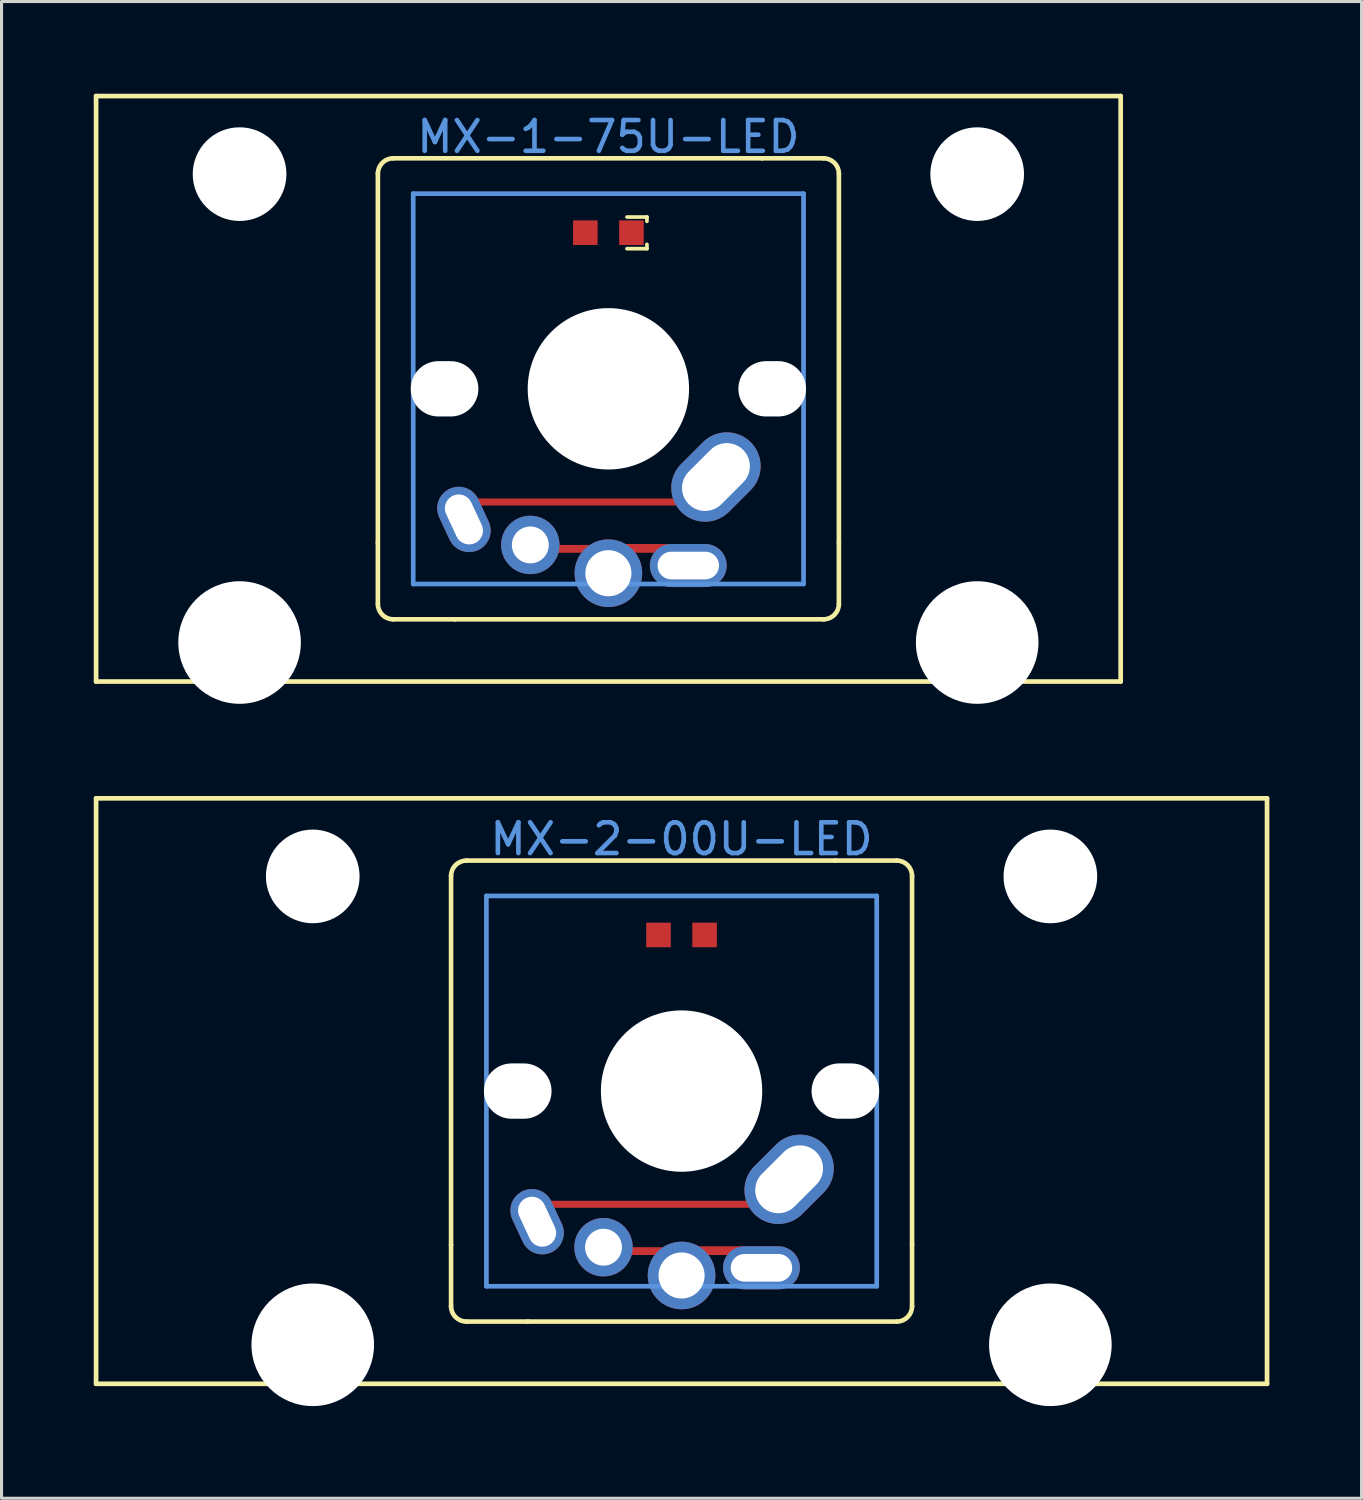
<source format=kicad_pcb>
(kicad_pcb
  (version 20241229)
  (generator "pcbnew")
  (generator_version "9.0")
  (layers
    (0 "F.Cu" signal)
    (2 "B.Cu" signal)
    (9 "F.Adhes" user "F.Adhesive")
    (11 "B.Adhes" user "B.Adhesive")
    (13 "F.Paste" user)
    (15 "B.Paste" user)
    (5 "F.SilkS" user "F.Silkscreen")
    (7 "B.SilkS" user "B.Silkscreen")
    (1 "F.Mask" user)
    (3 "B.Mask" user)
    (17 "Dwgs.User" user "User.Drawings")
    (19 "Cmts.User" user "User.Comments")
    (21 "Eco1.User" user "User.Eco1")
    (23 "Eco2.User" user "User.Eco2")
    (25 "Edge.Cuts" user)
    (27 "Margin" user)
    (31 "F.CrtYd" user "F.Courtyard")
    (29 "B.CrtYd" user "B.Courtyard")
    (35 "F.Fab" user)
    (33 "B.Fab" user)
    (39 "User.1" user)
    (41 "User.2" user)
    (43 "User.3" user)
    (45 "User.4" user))
  (footprint "MX-1-75U-LED"
    (layer "F.Cu")
    (at 16.745 9.601)
    (property "Reference" "MX-1-75U-LED" (at 0 -8.2 0) (layer "Cmts.User") (effects (font (size 1 1) (thickness 0.15))))
    (attr through_hole)
    (fp_line (start -16.669 -9.525) (end 16.669 -9.525) (stroke (width 0.152) (type solid)) (layer "F.SilkS"))
    (fp_line (start -16.669 9.525) (end -16.669 -9.525) (stroke (width 0.152) (type solid)) (layer "F.SilkS"))
    (fp_line (start -7.5 -7) (end -7.5 5) (stroke (width 0.15) (type solid)) (layer "F.SilkS"))
    (fp_line (start -7.5 7) (end -7.5 5) (stroke (width 0.15) (type solid)) (layer "F.SilkS"))
    (fp_line (start -7 -7.5) (end 5 -7.5) (stroke (width 0.15) (type solid)) (layer "F.SilkS"))
    (fp_line (start -7 7.5) (end -5 7.5) (stroke (width 0.15) (type solid)) (layer "F.SilkS"))
    (fp_line (start 0.605 -5.59) (end 1.255 -5.59) (stroke (width 0.12) (type solid)) (layer "F.SilkS"))
    (fp_line (start 0.605 -4.56) (end 1.255 -4.56) (stroke (width 0.12) (type solid)) (layer "F.SilkS"))
    (fp_line (start 1.255 -5.59) (end 1.255 -5.45) (stroke (width 0.12) (type solid)) (layer "F.SilkS"))
    (fp_line (start 1.255 -4.56) (end 1.255 -4.7) (stroke (width 0.12) (type solid)) (layer "F.SilkS"))
    (fp_line (start 7 -7.5) (end 5 -7.5) (stroke (width 0.15) (type solid)) (layer "F.SilkS"))
    (fp_line (start 7 7.5) (end -5 7.5) (stroke (width 0.15) (type solid)) (layer "F.SilkS"))
    (fp_line (start 7.5 -7) (end 7.5 5) (stroke (width 0.15) (type solid)) (layer "F.SilkS"))
    (fp_line (start 7.5 7) (end 7.5 5) (stroke (width 0.15) (type solid)) (layer "F.SilkS"))
    (fp_line (start 16.669 -9.525) (end 16.669 9.525) (stroke (width 0.152) (type solid)) (layer "F.SilkS"))
    (fp_line (start 16.669 9.525) (end -16.669 9.525) (stroke (width 0.152) (type solid)) (layer "F.SilkS"))
    (fp_arc (start -7.5 -7) (mid -7.353553 -7.353553) (end -7 -7.5) (stroke (width 0.15) (type solid)) (layer "F.SilkS"))
    (fp_arc (start -7 7.5) (mid -7.353553 7.353553) (end -7.5 7) (stroke (width 0.15) (type solid)) (layer "F.SilkS"))
    (fp_arc (start 7 -7.5) (mid 7.353553 -7.353553) (end 7.5 -7) (stroke (width 0.15) (type solid)) (layer "F.SilkS"))
    (fp_arc (start 7.5 7) (mid 7.353553 7.353553) (end 7 7.5) (stroke (width 0.15) (type solid)) (layer "F.SilkS"))
    (fp_line (start -6.35 -6.35) (end 6.35 -6.35) (stroke (width 0.152) (type solid)) (layer "Cmts.User"))
    (fp_line (start -6.35 6.35) (end -6.35 -6.35) (stroke (width 0.152) (type solid)) (layer "Cmts.User"))
    (fp_line (start 6.35 -6.35) (end 6.35 6.35) (stroke (width 0.152) (type solid)) (layer "Cmts.User"))
    (fp_line (start 6.35 6.35) (end -6.35 6.35) (stroke (width 0.152) (type solid)) (layer "Cmts.User"))
    (fp_line (start -7.798 -6.005) (end -6.985 -6.005) (stroke (width 0.152) (type solid)) (layer "Eco2.User"))
    (fp_line (start -7.798 -2.504) (end -7.798 -6.005) (stroke (width 0.152) (type solid)) (layer "Eco2.User"))
    (fp_line (start -7.798 2.504) (end -6.985 2.504) (stroke (width 0.152) (type solid)) (layer "Eco2.User"))
    (fp_line (start -7.798 6.005) (end -7.798 2.504) (stroke (width 0.152) (type solid)) (layer "Eco2.User"))
    (fp_line (start -6.985 -6.985) (end 6.985 -6.985) (stroke (width 0.152) (type solid)) (layer "Eco2.User"))
    (fp_line (start -6.985 -6.005) (end -6.985 -6.985) (stroke (width 0.152) (type solid)) (layer "Eco2.User"))
    (fp_line (start -6.985 -2.504) (end -7.798 -2.504) (stroke (width 0.152) (type solid)) (layer "Eco2.User"))
    (fp_line (start -6.985 2.504) (end -6.985 -2.504) (stroke (width 0.152) (type solid)) (layer "Eco2.User"))
    (fp_line (start -6.985 6.005) (end -7.798 6.005) (stroke (width 0.152) (type solid)) (layer "Eco2.User"))
    (fp_line (start -6.985 6.985) (end -6.985 6.005) (stroke (width 0.152) (type solid)) (layer "Eco2.User"))
    (fp_line (start 6.985 -6.985) (end 6.985 -6.005) (stroke (width 0.152) (type solid)) (layer "Eco2.User"))
    (fp_line (start 6.985 -6.005) (end 7.798 -6.005) (stroke (width 0.152) (type solid)) (layer "Eco2.User"))
    (fp_line (start 6.985 -2.504) (end 6.985 2.504) (stroke (width 0.152) (type solid)) (layer "Eco2.User"))
    (fp_line (start 6.985 2.504) (end 7.798 2.504) (stroke (width 0.152) (type solid)) (layer "Eco2.User"))
    (fp_line (start 6.985 6.005) (end 6.985 6.985) (stroke (width 0.152) (type solid)) (layer "Eco2.User"))
    (fp_line (start 6.985 6.985) (end -6.985 6.985) (stroke (width 0.152) (type solid)) (layer "Eco2.User"))
    (fp_line (start 7.798 -6.005) (end 7.798 -2.504) (stroke (width 0.152) (type solid)) (layer "Eco2.User"))
    (fp_line (start 7.798 -2.504) (end 6.985 -2.504) (stroke (width 0.152) (type solid)) (layer "Eco2.User"))
    (fp_line (start 7.798 2.504) (end 7.798 6.005) (stroke (width 0.152) (type solid)) (layer "Eco2.User"))
    (fp_line (start 7.798 6.005) (end 6.985 6.005) (stroke (width 0.152) (type solid)) (layer "Eco2.User"))
    (pad "" np_thru_hole circle (at -12 -6.985 180) (size 3.048 3.048) (drill 3.048) (layers "*.Cu" "*.Mask"))
    (pad "" np_thru_hole circle (at -12 8.255 180) (size 3.988 3.988) (drill 3.988) (layers "*.Cu" "*.Mask"))
    (pad "" np_thru_hole oval (at -5.33 0 270) (size 1.8 2.2) (drill oval 1.8 2.2) (layers "*.Cu" "*.Mask"))
    (pad "" np_thru_hole circle (at 0 0 180) (size 5.25 5.25) (drill 5.25) (layers "*.Cu" "*.Mask"))
    (pad "" np_thru_hole oval (at 5.33 0 270) (size 1.8 2.2) (drill oval 1.8 2.2) (layers "*.Cu" "*.Mask"))
    (pad "" np_thru_hole circle (at 12 -6.985 180) (size 3.048 3.048) (drill 3.048) (layers "*.Cu" "*.Mask"))
    (pad "" np_thru_hole circle (at 12 8.255 180) (size 3.988 3.988) (drill 3.988) (layers "*.Cu" "*.Mask"))
    (pad "1" thru_hole oval (at -4.7 4.25 205) (size 1.4 2.2) (drill oval 0.9 1.7) (layers "*.Cu" "*.Mask"))
    (pad "1" smd rect (at -1.219 3.683 270) (size 0.229 6.833) (layers "F.Cu" "F.Mask" "F.Paste"))
    (pad "1" thru_hole oval (at 3.5 2.87 225) (size 3.2 2.2) (drill oval 2.5 1.5) (layers "*.Cu" "*.Mask"))
    (pad "2" thru_hole circle (at -2.54 5.08 90) (size 1.9 1.9) (drill 1.2) (layers "*.Cu" "*.Mask"))
    (pad "2" smd rect (at -1.27 5.207 270) (size 0.254 1.312) (layers "F.Cu" "F.Mask" "F.Paste"))
    (pad "2" thru_hole circle (at 0 6 90) (size 2.2 2.2) (drill 1.5) (layers "*.Cu" "*.Mask"))
    (pad "2" smd rect (at 1.26 5.192 270) (size 0.284 1.758) (layers "F.Cu" "F.Mask" "F.Paste"))
    (pad "2" thru_hole oval (at 2.6 5.75 270) (size 1.4 2.5) (drill oval 0.9 2) (layers "*.Cu" "*.Mask"))
    (pad "3" smd rect (at 0.75 -5.08 90) (size 0.8 0.8) (layers "F.Cu" "F.Mask" "F.Paste"))
    (pad "4" smd rect (at -0.75 -5.08 90) (size 0.8 0.8) (layers "F.Cu" "F.Mask" "F.Paste")))
  (footprint "MX-2-00U-LED"
    (layer "F.Cu")
    (at 19.126 32.451)
    (property "Reference" "MX-2-00U-LED" (at 0 -8.2 0) (layer "Cmts.User") (effects (font (size 1 1) (thickness 0.15))))
    (attr through_hole)
    (fp_line (start -19.05 -9.525) (end 19.05 -9.525) (stroke (width 0.152) (type solid)) (layer "F.SilkS"))
    (fp_line (start -19.05 9.525) (end -19.05 -9.525) (stroke (width 0.152) (type solid)) (layer "F.SilkS"))
    (fp_line (start -7.5 -7) (end -7.5 5) (stroke (width 0.15) (type solid)) (layer "F.SilkS"))
    (fp_line (start -7.5 7) (end -7.5 5) (stroke (width 0.15) (type solid)) (layer "F.SilkS"))
    (fp_line (start -7 -7.5) (end 5 -7.5) (stroke (width 0.15) (type solid)) (layer "F.SilkS"))
    (fp_line (start -7 7.5) (end -5 7.5) (stroke (width 0.15) (type solid)) (layer "F.SilkS"))
    (fp_line (start 7 -7.5) (end 5 -7.5) (stroke (width 0.15) (type solid)) (layer "F.SilkS"))
    (fp_line (start 7 7.5) (end -5 7.5) (stroke (width 0.15) (type solid)) (layer "F.SilkS"))
    (fp_line (start 7.5 -7) (end 7.5 5) (stroke (width 0.15) (type solid)) (layer "F.SilkS"))
    (fp_line (start 7.5 7) (end 7.5 5) (stroke (width 0.15) (type solid)) (layer "F.SilkS"))
    (fp_line (start 19.05 -9.525) (end 19.05 9.525) (stroke (width 0.152) (type solid)) (layer "F.SilkS"))
    (fp_line (start 19.05 9.525) (end -19.05 9.525) (stroke (width 0.152) (type solid)) (layer "F.SilkS"))
    (fp_arc (start -7.5 -7) (mid -7.353553 -7.353553) (end -7 -7.5) (stroke (width 0.15) (type solid)) (layer "F.SilkS"))
    (fp_arc (start -7 7.5) (mid -7.353553 7.353553) (end -7.5 7) (stroke (width 0.15) (type solid)) (layer "F.SilkS"))
    (fp_arc (start 7 -7.5) (mid 7.353553 -7.353553) (end 7.5 -7) (stroke (width 0.15) (type solid)) (layer "F.SilkS"))
    (fp_arc (start 7.5 7) (mid 7.353553 7.353553) (end 7 7.5) (stroke (width 0.15) (type solid)) (layer "F.SilkS"))
    (fp_line (start -6.35 -6.35) (end 6.35 -6.35) (stroke (width 0.152) (type solid)) (layer "Cmts.User"))
    (fp_line (start -6.35 6.35) (end -6.35 -6.35) (stroke (width 0.152) (type solid)) (layer "Cmts.User"))
    (fp_line (start 6.35 -6.35) (end 6.35 6.35) (stroke (width 0.152) (type solid)) (layer "Cmts.User"))
    (fp_line (start 6.35 6.35) (end -6.35 6.35) (stroke (width 0.152) (type solid)) (layer "Cmts.User"))
    (fp_line (start -7.798 -6.005) (end -6.985 -6.005) (stroke (width 0.152) (type solid)) (layer "Eco2.User"))
    (fp_line (start -7.798 -2.504) (end -7.798 -6.005) (stroke (width 0.152) (type solid)) (layer "Eco2.User"))
    (fp_line (start -7.798 2.504) (end -6.985 2.504) (stroke (width 0.152) (type solid)) (layer "Eco2.User"))
    (fp_line (start -7.798 6.005) (end -7.798 2.504) (stroke (width 0.152) (type solid)) (layer "Eco2.User"))
    (fp_line (start -6.985 -6.985) (end 6.985 -6.985) (stroke (width 0.152) (type solid)) (layer "Eco2.User"))
    (fp_line (start -6.985 -6.005) (end -6.985 -6.985) (stroke (width 0.152) (type solid)) (layer "Eco2.User"))
    (fp_line (start -6.985 -2.504) (end -7.798 -2.504) (stroke (width 0.152) (type solid)) (layer "Eco2.User"))
    (fp_line (start -6.985 2.504) (end -6.985 -2.504) (stroke (width 0.152) (type solid)) (layer "Eco2.User"))
    (fp_line (start -6.985 6.005) (end -7.798 6.005) (stroke (width 0.152) (type solid)) (layer "Eco2.User"))
    (fp_line (start -6.985 6.985) (end -6.985 6.005) (stroke (width 0.152) (type solid)) (layer "Eco2.User"))
    (fp_line (start 6.985 -6.985) (end 6.985 -6.005) (stroke (width 0.152) (type solid)) (layer "Eco2.User"))
    (fp_line (start 6.985 -6.005) (end 7.798 -6.005) (stroke (width 0.152) (type solid)) (layer "Eco2.User"))
    (fp_line (start 6.985 -2.504) (end 6.985 2.504) (stroke (width 0.152) (type solid)) (layer "Eco2.User"))
    (fp_line (start 6.985 2.504) (end 7.798 2.504) (stroke (width 0.152) (type solid)) (layer "Eco2.User"))
    (fp_line (start 6.985 6.005) (end 6.985 6.985) (stroke (width 0.152) (type solid)) (layer "Eco2.User"))
    (fp_line (start 6.985 6.985) (end -6.985 6.985) (stroke (width 0.152) (type solid)) (layer "Eco2.User"))
    (fp_line (start 7.798 -6.005) (end 7.798 -2.504) (stroke (width 0.152) (type solid)) (layer "Eco2.User"))
    (fp_line (start 7.798 -2.504) (end 6.985 -2.504) (stroke (width 0.152) (type solid)) (layer "Eco2.User"))
    (fp_line (start 7.798 2.504) (end 7.798 6.005) (stroke (width 0.152) (type solid)) (layer "Eco2.User"))
    (fp_line (start 7.798 6.005) (end 6.985 6.005) (stroke (width 0.152) (type solid)) (layer "Eco2.User"))
    (pad "" np_thru_hole circle (at -12 -6.985 180) (size 3.048 3.048) (drill 3.048) (layers "*.Cu" "*.Mask"))
    (pad "" np_thru_hole circle (at -12 8.255 180) (size 3.988 3.988) (drill 3.988) (layers "*.Cu" "*.Mask"))
    (pad "" np_thru_hole oval (at -5.33 0 270) (size 1.8 2.2) (drill oval 1.8 2.2) (layers "*.Cu" "*.Mask"))
    (pad "" np_thru_hole circle (at 0 0 180) (size 5.25 5.25) (drill 5.25) (layers "*.Cu" "*.Mask"))
    (pad "" np_thru_hole oval (at 5.33 0 270) (size 1.8 2.2) (drill oval 1.8 2.2) (layers "*.Cu" "*.Mask"))
    (pad "" np_thru_hole circle (at 12 -6.985 180) (size 3.048 3.048) (drill 3.048) (layers "*.Cu" "*.Mask"))
    (pad "" np_thru_hole circle (at 12 8.255 180) (size 3.988 3.988) (drill 3.988) (layers "*.Cu" "*.Mask"))
    (pad "1" thru_hole oval (at -4.7 4.25 205) (size 1.4 2.2) (drill oval 0.9 1.7) (layers "*.Cu" "*.Mask"))
    (pad "1" smd rect (at -1.219 3.683 270) (size 0.229 6.833) (layers "F.Cu" "F.Mask" "F.Paste"))
    (pad "1" thru_hole oval (at 3.5 2.87 225) (size 3.2 2.2) (drill oval 2.5 1.5) (layers "*.Cu" "*.Mask"))
    (pad "2" thru_hole circle (at -2.54 5.08 90) (size 1.9 1.9) (drill 1.2) (layers "*.Cu" "*.Mask"))
    (pad "2" smd rect (at -1.27 5.207 270) (size 0.254 1.312) (layers "F.Cu" "F.Mask" "F.Paste"))
    (pad "2" thru_hole circle (at 0 6 90) (size 2.2 2.2) (drill 1.5) (layers "*.Cu" "*.Mask"))
    (pad "2" smd rect (at 1.26 5.192 270) (size 0.284 1.758) (layers "F.Cu" "F.Mask" "F.Paste"))
    (pad "2" thru_hole oval (at 2.6 5.75 270) (size 1.4 2.5) (drill oval 0.9 2) (layers "*.Cu" "*.Mask"))
    (pad "3" smd rect (at 0.75 -5.08 90) (size 0.8 0.8) (layers "F.Cu" "F.Mask" "F.Paste"))
    (pad "4" smd rect (at -0.75 -5.08 90) (size 0.8 0.8) (layers "F.Cu" "F.Mask" "F.Paste")))
  (gr_rect
    (start -3 -3)
    (end 41.252 45.7)
    (stroke (width 0.1) (type default))
    (fill no)
    (layer "Edge.Cuts")))
</source>
